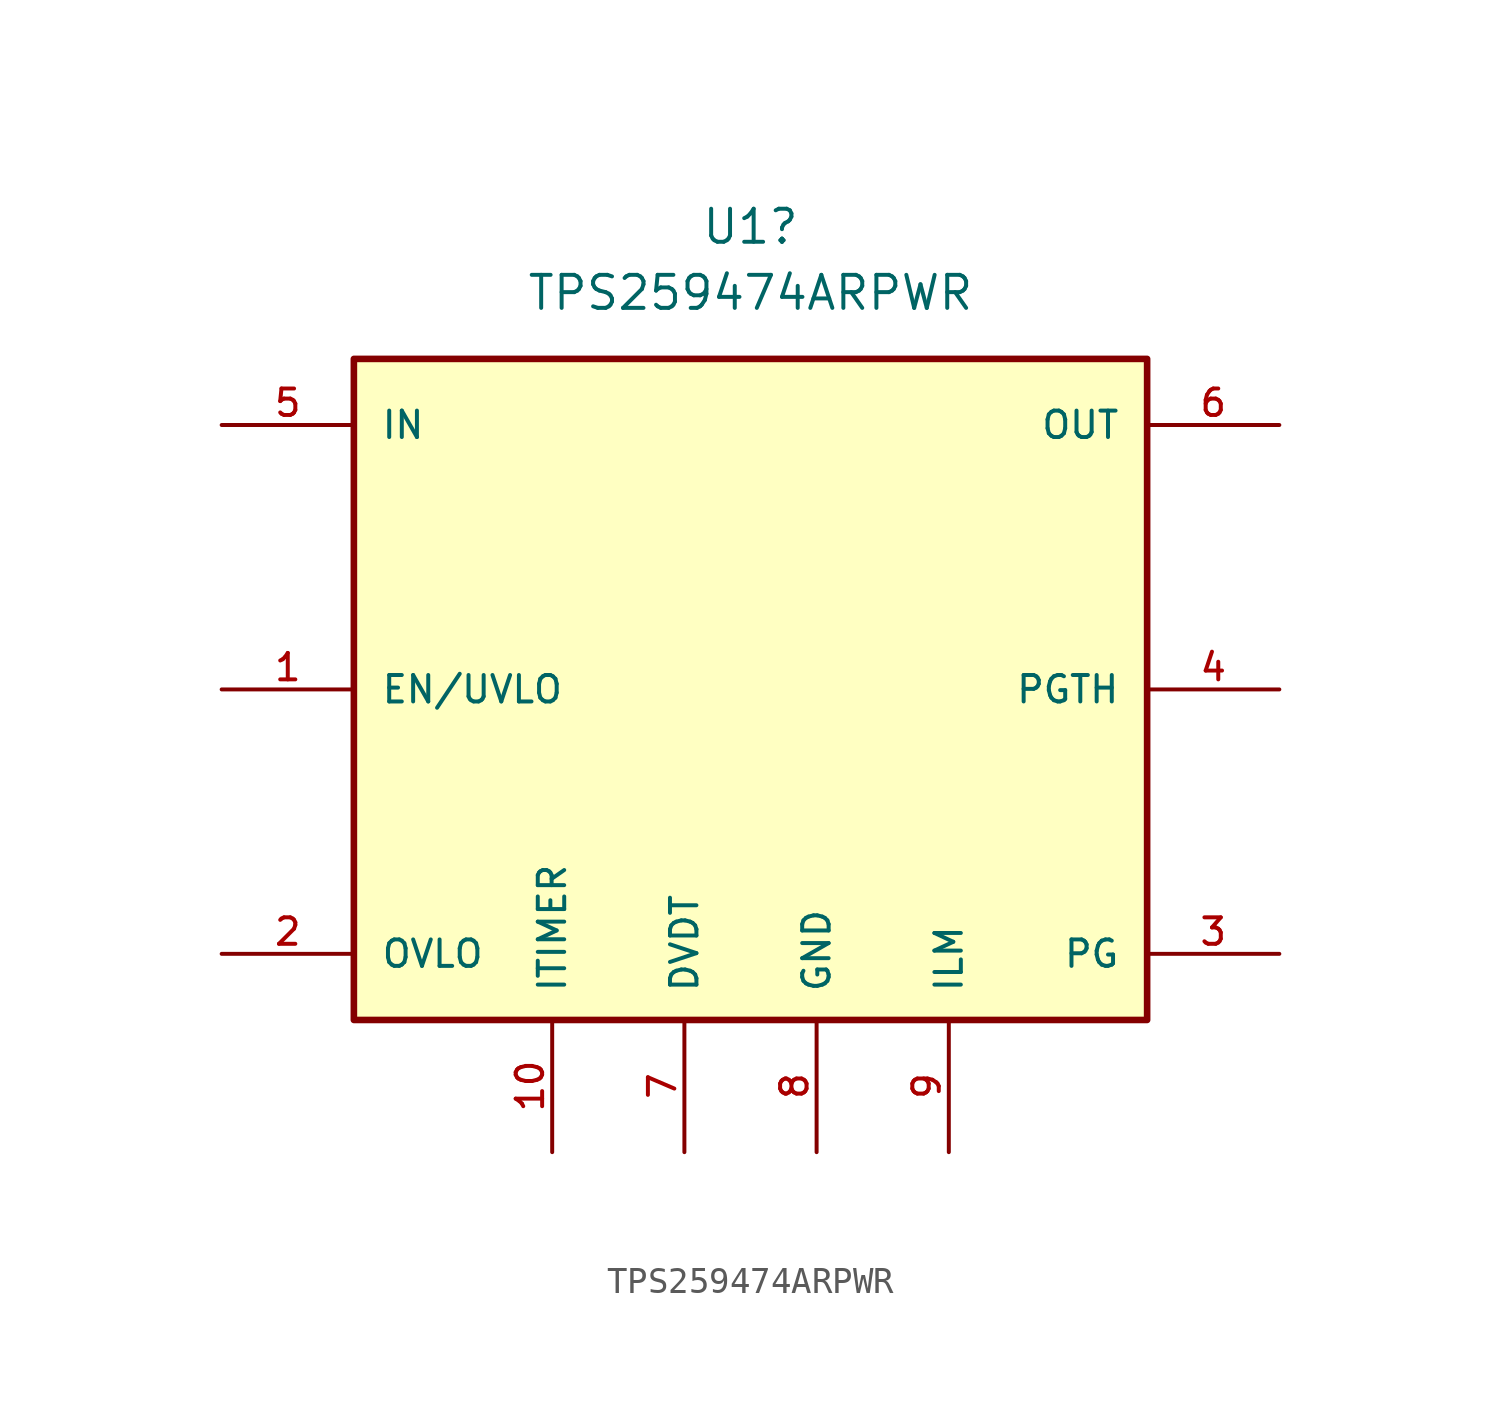
<source format=kicad_sym>
(kicad_symbol_lib
  (version 20241209)
  (generator "kicad_symbol_editor")
  (generator_version "9.0")
  (symbol "TPS259474ARPWR"
    (pin_names
      (offset 1.016))
    (property "Reference" "U1"
      (at 0 17.78 0)
      (effects (font (size 1.27 1.27))))
    (property "Value" "TPS259474ARPWR"
      (at 0 15.24 0)
      (effects (font (size 1.27 1.27))))
    (symbol "TPS259474ARPWR_0_0"
      (rectangle (start -15.24 12.7) (end 15.24 -12.7) (stroke (width 0.254) (type default)) (fill (type background)))
      (pin input line (at -20.32 10.16 0) (length 5.08) (name "IN" (effects (font (size 1.016 1.016)))) (number "5" (effects (font (size 1.016 1.016)))))
      (pin input line (at -20.32 0 0) (length 5.08) (name "EN/UVLO" (effects (font (size 1.016 1.016)))) (number "1" (effects (font (size 1.016 1.016)))))
      (pin input line (at -20.32 -10.16 0) (length 5.08) (name "OVLO" (effects (font (size 1.016 1.016)))) (number "2" (effects (font (size 1.016 1.016)))))
      (pin output line (at -7.62 -17.78 90) (length 5.08) (name "ITIMER" (effects (font (size 1.016 1.016)))) (number "10" (effects (font (size 1.016 1.016)))))
      (pin output line (at -2.54 -17.78 90) (length 5.08) (name "DVDT" (effects (font (size 1.016 1.016)))) (number "7" (effects (font (size 1.016 1.016)))))
      (pin power_in line (at 2.54 -17.78 90) (length 5.08) (name "GND" (effects (font (size 1.016 1.016)))) (number "8" (effects (font (size 1.016 1.016)))))
      (pin output line (at 7.62 -17.78 90) (length 5.08) (name "ILM" (effects (font (size 1.016 1.016)))) (number "9" (effects (font (size 1.016 1.016)))))
      (pin output line (at 20.32 10.16 180) (length 5.08) (name "OUT" (effects (font (size 1.016 1.016)))) (number "6" (effects (font (size 1.016 1.016)))))
      (pin input line (at 20.32 0 180) (length 5.08) (name "PGTH" (effects (font (size 1.016 1.016)))) (number "4" (effects (font (size 1.016 1.016)))))
      (pin output line (at 20.32 -10.16 180) (length 5.08) (name "PG" (effects (font (size 1.016 1.016)))) (number "3" (effects (font (size 1.016 1.016))))))))
</source>
